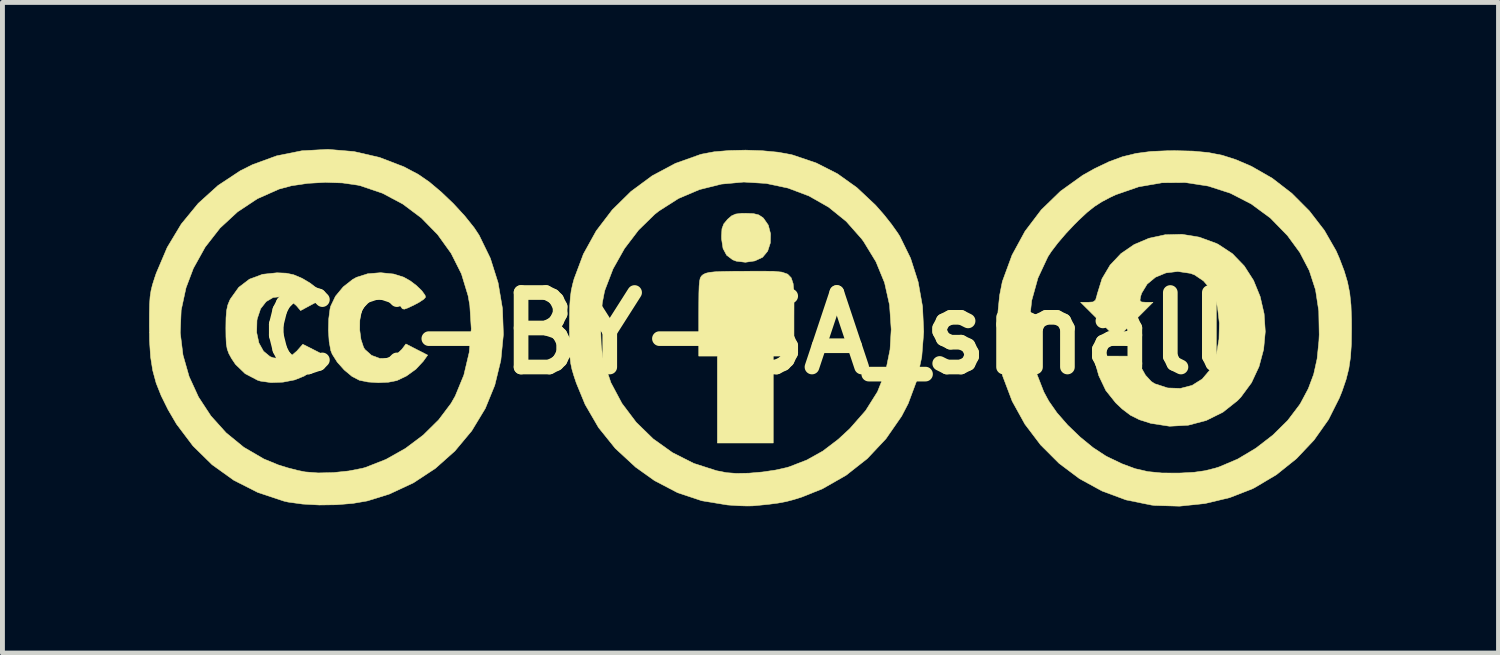
<source format=kicad_pcb>
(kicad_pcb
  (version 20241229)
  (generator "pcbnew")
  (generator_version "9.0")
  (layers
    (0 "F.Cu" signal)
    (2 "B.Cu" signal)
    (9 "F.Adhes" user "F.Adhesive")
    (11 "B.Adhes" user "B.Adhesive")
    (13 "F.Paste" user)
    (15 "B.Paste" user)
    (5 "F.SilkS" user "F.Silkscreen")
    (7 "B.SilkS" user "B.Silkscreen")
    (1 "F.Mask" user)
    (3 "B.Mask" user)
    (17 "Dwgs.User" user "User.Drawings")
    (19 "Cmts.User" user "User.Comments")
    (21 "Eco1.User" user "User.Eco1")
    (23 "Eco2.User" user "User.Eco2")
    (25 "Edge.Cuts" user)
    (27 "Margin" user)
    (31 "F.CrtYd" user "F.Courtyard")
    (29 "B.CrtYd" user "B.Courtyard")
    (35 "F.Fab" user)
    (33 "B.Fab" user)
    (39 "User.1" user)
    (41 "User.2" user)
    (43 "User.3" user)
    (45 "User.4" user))
  (footprint "CC-BY-SA_small"
    (layer "F.Cu")
    (at 12.217 3.768)
    (property "Reference" "CC-BY-SA_small" (at 0 0 0) (layer "F.SilkS") (effects (font (size 1.524 1.524) (thickness 0.3))))
    (attr through_hole)
    (fp_poly (pts (xy 0.148 -2.448) (xy 0.253 -2.422) (xy 0.336 -2.368) (xy 0.351 -2.354) (xy 0.449 -2.213) (xy 0.495 -2.036) (xy 0.491 -1.85) (xy 0.436 -1.681) (xy 0.332 -1.555) (xy 0.173 -1.481) (xy -0.02 -1.453) (xy -0.207 -1.476) (xy -0.28 -1.504) (xy -0.404 -1.598) (xy -0.477 -1.735) (xy -0.507 -1.93) (xy -0.508 -1.995) (xy -0.499 -2.139) (xy -0.462 -2.238) (xy -0.384 -2.332) (xy -0.302 -2.403) (xy -0.218 -2.44) (xy -0.099 -2.454) (xy -0.009 -2.455) (xy 0.148 -2.448)) (stroke (width 0.01) (type solid)) (fill yes) (layer "F.SilkS"))
    (fp_poly (pts (xy 0.555 -1.269) (xy 0.727 -1.252) (xy 0.844 -1.211) (xy 0.917 -1.136) (xy 0.957 -1.017) (xy 0.973 -0.844) (xy 0.975 -0.607) (xy 0.974 -0.318) (xy 0.974 0.466) (xy 0.55 0.466) (xy 0.55 2.244) (xy -0.593 2.244) (xy -0.593 0.466) (xy -0.974 0.466) (xy -0.974 -0.336) (xy -0.973 -0.616) (xy -0.971 -0.822) (xy -0.966 -0.969) (xy -0.957 -1.067) (xy -0.943 -1.13) (xy -0.921 -1.169) (xy -0.891 -1.196) (xy -0.88 -1.204) (xy -0.831 -1.228) (xy -0.756 -1.246) (xy -0.643 -1.258) (xy -0.48 -1.265) (xy -0.254 -1.269) (xy 0.009 -1.27) (xy 0.319 -1.271) (xy 0.555 -1.269)) (stroke (width 0.01) (type solid)) (fill yes) (layer "F.SilkS"))
    (fp_poly (pts (xy -9.413 -1.23) (xy -9.261 -1.198) (xy -9.1 -1.13) (xy -9.074 -1.117) (xy -8.926 -1.029) (xy -8.797 -0.93) (xy -8.732 -0.862) (xy -8.632 -0.728) (xy -8.875 -0.596) (xy -9.119 -0.465) (xy -9.205 -0.567) (xy -9.358 -0.697) (xy -9.521 -0.75) (xy -9.681 -0.732) (xy -9.823 -0.648) (xy -9.936 -0.503) (xy -10.004 -0.301) (xy -10.011 -0.262) (xy -10.017 -0.017) (xy -9.971 0.197) (xy -9.877 0.366) (xy -9.742 0.477) (xy -9.677 0.501) (xy -9.483 0.524) (xy -9.321 0.472) (xy -9.193 0.361) (xy -9.073 0.224) (xy -8.865 0.329) (xy -8.747 0.389) (xy -8.665 0.434) (xy -8.641 0.449) (xy -8.648 0.493) (xy -8.705 0.573) (xy -8.795 0.671) (xy -8.903 0.77) (xy -9.012 0.853) (xy -9.044 0.874) (xy -9.24 0.953) (xy -9.478 0.999) (xy -9.724 1.008) (xy -9.942 0.977) (xy -9.996 0.96) (xy -10.252 0.826) (xy -10.45 0.635) (xy -10.53 0.516) (xy -10.585 0.416) (xy -10.619 0.324) (xy -10.638 0.216) (xy -10.645 0.068) (xy -10.647 -0.106) (xy -10.644 -0.316) (xy -10.632 -0.465) (xy -10.608 -0.577) (xy -10.569 -0.674) (xy -10.553 -0.704) (xy -10.384 -0.94) (xy -10.165 -1.107) (xy -9.896 -1.207) (xy -9.602 -1.238) (xy -9.413 -1.23)) (stroke (width 0.01) (type solid)) (fill yes) (layer "F.SilkS"))
    (fp_poly (pts (xy -7.215 -1.213) (xy -7.011 -1.149) (xy -6.879 -1.075) (xy -6.749 -0.977) (xy -6.64 -0.872) (xy -6.573 -0.78) (xy -6.562 -0.74) (xy -6.597 -0.699) (xy -6.688 -0.638) (xy -6.794 -0.581) (xy -6.922 -0.52) (xy -6.996 -0.494) (xy -7.036 -0.502) (xy -7.064 -0.541) (xy -7.07 -0.551) (xy -7.156 -0.644) (xy -7.288 -0.72) (xy -7.428 -0.76) (xy -7.459 -0.762) (xy -7.613 -0.724) (xy -7.755 -0.625) (xy -7.857 -0.486) (xy -7.874 -0.443) (xy -7.907 -0.269) (xy -7.909 -0.069) (xy -7.883 0.126) (xy -7.831 0.283) (xy -7.804 0.329) (xy -7.667 0.451) (xy -7.497 0.514) (xy -7.321 0.51) (xy -7.265 0.492) (xy -7.143 0.419) (xy -7.045 0.326) (xy -6.964 0.218) (xy -6.742 0.332) (xy -6.519 0.446) (xy -6.611 0.574) (xy -6.759 0.733) (xy -6.954 0.874) (xy -7.15 0.967) (xy -7.318 1) (xy -7.528 1.01) (xy -7.741 0.996) (xy -7.916 0.96) (xy -8.066 0.882) (xy -8.225 0.75) (xy -8.368 0.59) (xy -8.471 0.427) (xy -8.5 0.355) (xy -8.534 0.17) (xy -8.549 -0.058) (xy -8.543 -0.292) (xy -8.517 -0.495) (xy -8.502 -0.556) (xy -8.405 -0.758) (xy -8.247 -0.949) (xy -8.053 -1.102) (xy -7.975 -1.145) (xy -7.746 -1.218) (xy -7.481 -1.24) (xy -7.215 -1.213)) (stroke (width 0.01) (type solid)) (fill yes) (layer "F.SilkS"))
    (fp_poly (pts (xy 9.265 -1.967) (xy 9.614 -1.839) (xy 9.651 -1.821) (xy 9.944 -1.628) (xy 10.185 -1.378) (xy 10.375 -1.082) (xy 10.51 -0.752) (xy 10.591 -0.399) (xy 10.615 -0.035) (xy 10.581 0.329) (xy 10.487 0.681) (xy 10.333 1.011) (xy 10.116 1.305) (xy 10.048 1.376) (xy 9.748 1.614) (xy 9.407 1.783) (xy 9.039 1.88) (xy 8.658 1.901) (xy 8.275 1.842) (xy 8.265 1.839) (xy 8.039 1.767) (xy 7.857 1.676) (xy 7.687 1.547) (xy 7.555 1.422) (xy 7.353 1.169) (xy 7.209 0.866) (xy 7.135 0.603) (xy 7.105 0.466) (xy 7.574 0.466) (xy 7.779 0.467) (xy 7.913 0.471) (xy 7.992 0.482) (xy 8.031 0.502) (xy 8.043 0.533) (xy 8.043 0.552) (xy 8.077 0.701) (xy 8.164 0.856) (xy 8.281 0.984) (xy 8.355 1.032) (xy 8.62 1.118) (xy 8.879 1.127) (xy 9.118 1.065) (xy 9.326 0.934) (xy 9.491 0.739) (xy 9.523 0.68) (xy 9.617 0.424) (xy 9.668 0.12) (xy 9.676 -0.205) (xy 9.639 -0.526) (xy 9.6 -0.688) (xy 9.503 -0.895) (xy 9.351 -1.072) (xy 9.167 -1.196) (xy 9.082 -1.227) (xy 8.825 -1.265) (xy 8.583 -1.236) (xy 8.37 -1.148) (xy 8.199 -1.007) (xy 8.086 -0.821) (xy 8.063 -0.749) (xy 8.051 -0.672) (xy 8.082 -0.641) (xy 8.176 -0.635) (xy 8.318 -0.635) (xy 7.578 0.105) (xy 7.208 -0.265) (xy 6.837 -0.635) (xy 6.991 -0.635) (xy 7.093 -0.642) (xy 7.143 -0.68) (xy 7.171 -0.774) (xy 7.175 -0.794) (xy 7.275 -1.116) (xy 7.441 -1.396) (xy 7.663 -1.631) (xy 7.931 -1.815) (xy 8.235 -1.944) (xy 8.565 -2.016) (xy 8.912 -2.025) (xy 9.265 -1.967)) (stroke (width 0.01) (type solid)) (fill yes) (layer "F.SilkS"))
    (fp_poly (pts (xy -8.026 -3.718) (xy -7.504 -3.598) (xy -7.004 -3.406) (xy -6.71 -3.25) (xy -6.485 -3.095) (xy -6.239 -2.888) (xy -5.99 -2.65) (xy -5.76 -2.4) (xy -5.567 -2.159) (xy -5.466 -2.006) (xy -5.237 -1.536) (xy -5.078 -1.033) (xy -4.989 -0.508) (xy -4.97 0.024) (xy -5.022 0.552) (xy -5.146 1.062) (xy -5.34 1.537) (xy -5.618 1.996) (xy -5.961 2.407) (xy -6.362 2.764) (xy -6.812 3.06) (xy -7.304 3.289) (xy -7.755 3.429) (xy -8.047 3.479) (xy -8.384 3.507) (xy -8.737 3.512) (xy -9.077 3.493) (xy -9.375 3.452) (xy -9.461 3.432) (xy -9.996 3.254) (xy -10.486 3.005) (xy -10.929 2.687) (xy -11.32 2.303) (xy -11.657 1.856) (xy -11.83 1.56) (xy -11.97 1.277) (xy -12.073 1.018) (xy -12.143 0.76) (xy -12.187 0.481) (xy -12.208 0.159) (xy -12.21 -0.011) (xy -11.58 -0.011) (xy -11.524 0.445) (xy -11.398 0.886) (xy -11.206 1.304) (xy -10.953 1.69) (xy -10.642 2.035) (xy -10.28 2.331) (xy -9.87 2.57) (xy -9.571 2.693) (xy -9.38 2.752) (xy -9.179 2.804) (xy -9.027 2.835) (xy -8.759 2.856) (xy -8.45 2.849) (xy -8.135 2.816) (xy -7.854 2.761) (xy -7.789 2.743) (xy -7.372 2.579) (xy -6.974 2.355) (xy -6.609 2.081) (xy -6.294 1.77) (xy -6.041 1.434) (xy -5.955 1.283) (xy -5.779 0.855) (xy -5.669 0.39) (xy -5.627 -0.091) (xy -5.657 -0.57) (xy -5.692 -0.769) (xy -5.828 -1.216) (xy -6.039 -1.636) (xy -6.315 -2.02) (xy -6.647 -2.359) (xy -7.027 -2.644) (xy -7.445 -2.866) (xy -7.893 -3.018) (xy -7.95 -3.031) (xy -8.26 -3.076) (xy -8.61 -3.088) (xy -8.969 -3.068) (xy -9.306 -3.018) (xy -9.556 -2.951) (xy -10.002 -2.753) (xy -10.408 -2.484) (xy -10.766 -2.153) (xy -11.069 -1.765) (xy -11.312 -1.328) (xy -11.462 -0.931) (xy -11.561 -0.473) (xy -11.58 -0.011) (xy -12.21 -0.011) (xy -12.212 -0.148) (xy -12.211 -0.406) (xy -12.207 -0.599) (xy -12.197 -0.747) (xy -12.178 -0.872) (xy -12.149 -0.991) (xy -12.106 -1.127) (xy -12.072 -1.227) (xy -11.847 -1.756) (xy -11.559 -2.235) (xy -11.211 -2.659) (xy -10.808 -3.023) (xy -10.355 -3.323) (xy -10.104 -3.449) (xy -9.609 -3.63) (xy -9.091 -3.734) (xy -8.559 -3.763) (xy -8.026 -3.718)) (stroke (width 0.01) (type solid)) (fill yes) (layer "F.SilkS"))
    (fp_poly (pts (xy 0.326 -3.735) (xy 0.645 -3.705) (xy 0.915 -3.656) (xy 0.953 -3.646) (xy 1.432 -3.483) (xy 1.863 -3.264) (xy 2.261 -2.98) (xy 2.642 -2.622) (xy 2.662 -2.6) (xy 2.816 -2.424) (xy 2.969 -2.231) (xy 3.097 -2.051) (xy 3.14 -1.983) (xy 3.359 -1.536) (xy 3.514 -1.052) (xy 3.604 -0.546) (xy 3.628 -0.03) (xy 3.588 0.482) (xy 3.482 0.976) (xy 3.31 1.438) (xy 3.176 1.695) (xy 2.855 2.158) (xy 2.474 2.563) (xy 2.039 2.905) (xy 1.557 3.18) (xy 1.141 3.347) (xy 0.97 3.401) (xy 0.814 3.442) (xy 0.648 3.473) (xy 0.45 3.499) (xy 0.196 3.524) (xy 0.127 3.53) (xy 0.015 3.532) (xy -0.15 3.527) (xy -0.337 3.515) (xy -0.389 3.511) (xy -0.912 3.425) (xy -1.407 3.26) (xy -1.878 3.014) (xy -2.265 2.738) (xy -2.681 2.354) (xy -3.024 1.928) (xy -3.298 1.456) (xy -3.479 1.016) (xy -3.53 0.863) (xy -3.567 0.738) (xy -3.592 0.62) (xy -3.607 0.492) (xy -3.615 0.332) (xy -3.618 0.122) (xy -3.618 -0.052) (xy -2.979 -0.052) (xy -2.969 0.233) (xy -2.94 0.478) (xy -2.925 0.55) (xy -2.771 1.009) (xy -2.544 1.435) (xy -2.253 1.821) (xy -1.906 2.159) (xy -1.511 2.441) (xy -1.075 2.661) (xy -0.608 2.811) (xy -0.402 2.851) (xy -0.202 2.866) (xy 0.051 2.861) (xy 0.326 2.837) (xy 0.594 2.798) (xy 0.827 2.746) (xy 0.877 2.731) (xy 1.236 2.592) (xy 1.564 2.409) (xy 1.882 2.167) (xy 2.119 1.947) (xy 2.441 1.58) (xy 2.683 1.195) (xy 2.848 0.782) (xy 2.939 0.333) (xy 2.963 -0.081) (xy 2.929 -0.579) (xy 2.827 -1.036) (xy 2.651 -1.464) (xy 2.399 -1.877) (xy 2.357 -1.934) (xy 2.043 -2.289) (xy 1.682 -2.581) (xy 1.281 -2.809) (xy 0.852 -2.971) (xy 0.404 -3.066) (xy -0.053 -3.094) (xy -0.511 -3.052) (xy -0.959 -2.94) (xy -1.388 -2.758) (xy -1.789 -2.502) (xy -1.874 -2.435) (xy -2.204 -2.113) (xy -2.493 -1.734) (xy -2.727 -1.318) (xy -2.892 -0.888) (xy -2.904 -0.843) (xy -2.947 -0.621) (xy -2.972 -0.347) (xy -2.979 -0.052) (xy -3.618 -0.052) (xy -3.619 -0.085) (xy -3.617 -0.362) (xy -3.612 -0.574) (xy -3.6 -0.741) (xy -3.581 -0.881) (xy -3.551 -1.013) (xy -3.524 -1.113) (xy -3.333 -1.622) (xy -3.071 -2.095) (xy -2.744 -2.524) (xy -2.36 -2.902) (xy -1.927 -3.222) (xy -1.451 -3.476) (xy -0.94 -3.658) (xy -0.91 -3.666) (xy -0.659 -3.713) (xy -0.352 -3.739) (xy -0.015 -3.747) (xy 0.326 -3.735)) (stroke (width 0.01) (type solid)) (fill yes) (layer "F.SilkS"))
    (fp_poly (pts (xy 9.137 -3.727) (xy 9.454 -3.697) (xy 9.737 -3.641) (xy 10.012 -3.553) (xy 10.304 -3.428) (xy 10.335 -3.414) (xy 10.759 -3.171) (xy 11.158 -2.863) (xy 11.517 -2.503) (xy 11.824 -2.105) (xy 12.065 -1.685) (xy 12.132 -1.531) (xy 12.229 -1.276) (xy 12.297 -1.049) (xy 12.342 -0.825) (xy 12.368 -0.579) (xy 12.379 -0.286) (xy 12.38 -0.106) (xy 12.376 0.221) (xy 12.358 0.489) (xy 12.324 0.721) (xy 12.268 0.944) (xy 12.187 1.181) (xy 12.132 1.319) (xy 11.908 1.765) (xy 11.612 2.184) (xy 11.254 2.563) (xy 10.845 2.891) (xy 10.396 3.158) (xy 10.351 3.181) (xy 9.885 3.362) (xy 9.381 3.482) (xy 8.862 3.536) (xy 8.352 3.521) (xy 8.284 3.513) (xy 7.767 3.408) (xy 7.276 3.226) (xy 6.815 2.974) (xy 6.394 2.658) (xy 6.02 2.284) (xy 5.698 1.859) (xy 5.438 1.389) (xy 5.246 0.881) (xy 5.239 0.859) (xy 5.182 0.589) (xy 5.148 0.264) (xy 5.136 -0.09) (xy 5.14 -0.197) (xy 5.785 -0.197) (xy 5.81 0.281) (xy 5.91 0.75) (xy 6.085 1.199) (xy 6.186 1.386) (xy 6.353 1.625) (xy 6.574 1.878) (xy 6.828 2.122) (xy 7.092 2.338) (xy 7.343 2.503) (xy 7.387 2.527) (xy 7.686 2.67) (xy 7.953 2.769) (xy 8.215 2.829) (xy 8.5 2.857) (xy 8.835 2.859) (xy 8.894 2.857) (xy 9.162 2.842) (xy 9.381 2.811) (xy 9.589 2.759) (xy 9.677 2.731) (xy 10.053 2.571) (xy 10.424 2.349) (xy 10.77 2.082) (xy 11.073 1.783) (xy 11.312 1.468) (xy 11.338 1.427) (xy 11.495 1.132) (xy 11.605 0.838) (xy 11.675 0.522) (xy 11.712 0.157) (xy 11.718 0.029) (xy 11.709 -0.456) (xy 11.643 -0.889) (xy 11.515 -1.283) (xy 11.322 -1.653) (xy 11.068 -2) (xy 10.719 -2.358) (xy 10.326 -2.647) (xy 9.9 -2.866) (xy 9.448 -3.012) (xy 8.979 -3.084) (xy 8.502 -3.08) (xy 8.025 -2.997) (xy 7.557 -2.835) (xy 7.452 -2.786) (xy 7.273 -2.692) (xy 7.12 -2.594) (xy 6.969 -2.473) (xy 6.796 -2.312) (xy 6.71 -2.226) (xy 6.536 -2.041) (xy 6.371 -1.848) (xy 6.237 -1.672) (xy 6.168 -1.566) (xy 5.965 -1.132) (xy 5.837 -0.671) (xy 5.785 -0.197) (xy 5.14 -0.197) (xy 5.147 -0.444) (xy 5.18 -0.774) (xy 5.235 -1.052) (xy 5.24 -1.069) (xy 5.435 -1.6) (xy 5.7 -2.087) (xy 6.032 -2.525) (xy 6.427 -2.908) (xy 6.88 -3.233) (xy 7.119 -3.367) (xy 7.418 -3.51) (xy 7.694 -3.612) (xy 7.972 -3.68) (xy 8.276 -3.72) (xy 8.63 -3.735) (xy 8.763 -3.736) (xy 9.137 -3.727)) (stroke (width 0.01) (type solid)) (fill yes) (layer "F.SilkS")))
  (gr_rect
    (start -3 -3)
    (end 27.603 10.309)
    (stroke (width 0.1) (type default))
    (fill no)
    (layer "Edge.Cuts")))
</source>
